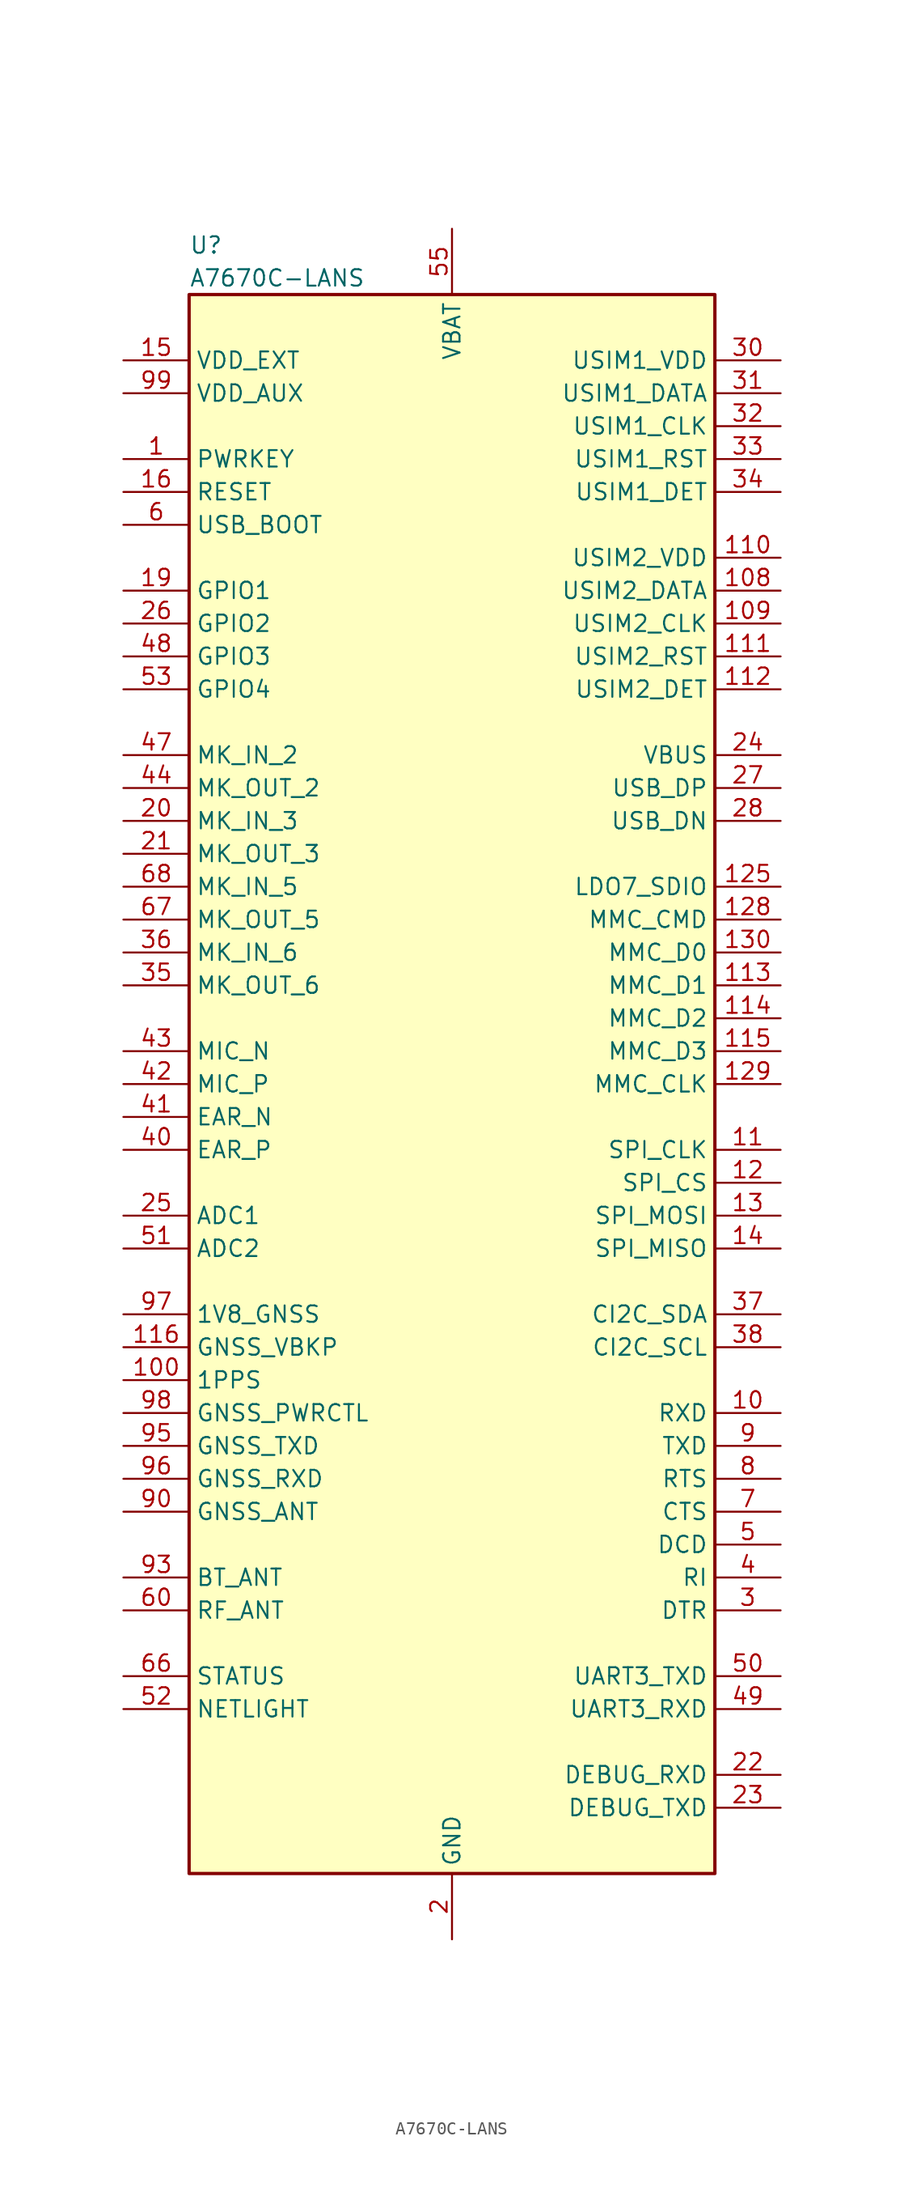
<source format=kicad_sym>
(kicad_symbol_lib
  (version 20220914)
  (generator kicad_symbol_editor)
  (symbol "A7670C-LANS"
    (property "Reference" "U"
      (at -20.32 64.77 0)
      (effects (font (size 1.27 1.27)) (justify left)))
    (property "Value" "A7670C-LANS"
      (at -20.32 62.23 0)
      (effects (font (size 1.27 1.27)) (justify left)))
    (symbol "A7670C-LANS_0_0"
      (pin input line (at -25.4 48.26 0) (length 5.08) (name "PWRKEY" (effects (font (size 1.27 1.27)))) (number "1" (effects (font (size 1.27 1.27)))))
      (pin input line (at 25.4 -25.4 180) (length 5.08) (name "RXD" (effects (font (size 1.27 1.27)))) (number "10" (effects (font (size 1.27 1.27)))))
      (pin bidirectional line (at 25.4 -5.08 180) (length 5.08) (name "SPI_CLK" (effects (font (size 1.27 1.27)))) (number "11" (effects (font (size 1.27 1.27)))))
      (pin bidirectional line (at 25.4 -7.62 180) (length 5.08) (name "SPI_CS" (effects (font (size 1.27 1.27)))) (number "12" (effects (font (size 1.27 1.27)))))
      (pin output line (at 25.4 -10.16 180) (length 5.08) (name "SPI_MOSI" (effects (font (size 1.27 1.27)))) (number "13" (effects (font (size 1.27 1.27)))))
      (pin input line (at 25.4 -12.7 180) (length 5.08) (name "SPI_MISO" (effects (font (size 1.27 1.27)))) (number "14" (effects (font (size 1.27 1.27)))))
      (pin power_out line (at -25.4 55.88 0) (length 5.08) (name "VDD_EXT" (effects (font (size 1.27 1.27)))) (number "15" (effects (font (size 1.27 1.27)))))
      (pin bidirectional line (at -25.4 38.1 0) (length 5.08) (name "GPIO1" (effects (font (size 1.27 1.27)))) (number "19" (effects (font (size 1.27 1.27)))))
      (pin input line (at -25.4 20.32 0) (length 5.08) (name "MK_IN_3" (effects (font (size 1.27 1.27)))) (number "20" (effects (font (size 1.27 1.27)))))
      (pin output line (at -25.4 17.78 0) (length 5.08) (name "MK_OUT_3" (effects (font (size 1.27 1.27)))) (number "21" (effects (font (size 1.27 1.27)))))
      (pin input line (at 25.4 -53.34 180) (length 5.08) (name "DEBUG_RXD" (effects (font (size 1.27 1.27)))) (number "22" (effects (font (size 1.27 1.27)))))
      (pin output line (at 25.4 -55.88 180) (length 5.08) (name "DEBUG_TXD" (effects (font (size 1.27 1.27)))) (number "23" (effects (font (size 1.27 1.27)))))
      (pin input line (at 25.4 25.4 180) (length 5.08) (name "VBUS" (effects (font (size 1.27 1.27)))) (number "24" (effects (font (size 1.27 1.27)))))
      (pin input line (at -25.4 -10.16 0) (length 5.08) (name "ADC1" (effects (font (size 1.27 1.27)))) (number "25" (effects (font (size 1.27 1.27)))))
      (pin bidirectional line (at -25.4 35.56 0) (length 5.08) (name "GPIO2" (effects (font (size 1.27 1.27)))) (number "26" (effects (font (size 1.27 1.27)))))
      (pin bidirectional line (at 25.4 22.86 180) (length 5.08) (name "USB_DP" (effects (font (size 1.27 1.27)))) (number "27" (effects (font (size 1.27 1.27)))))
      (pin input line (at 25.4 -40.64 180) (length 5.08) (name "DTR" (effects (font (size 1.27 1.27)))) (number "3" (effects (font (size 1.27 1.27)))))
      (pin input line (at 25.4 45.72 180) (length 5.08) (name "USIM1_DET" (effects (font (size 1.27 1.27)))) (number "34" (effects (font (size 1.27 1.27)))))
      (pin output line (at -25.4 7.62 0) (length 5.08) (name "MK_OUT_6" (effects (font (size 1.27 1.27)))) (number "35" (effects (font (size 1.27 1.27)))))
      (pin input line (at -25.4 10.16 0) (length 5.08) (name "MK_IN_6" (effects (font (size 1.27 1.27)))) (number "36" (effects (font (size 1.27 1.27)))))
      (pin bidirectional line (at 25.4 -17.78 180) (length 5.08) (name "CI2C_SDA" (effects (font (size 1.27 1.27)))) (number "37" (effects (font (size 1.27 1.27)))))
      (pin output line (at 25.4 -38.1 180) (length 5.08) (name "RI" (effects (font (size 1.27 1.27)))) (number "4" (effects (font (size 1.27 1.27)))))
      (pin bidirectional line (at -25.4 -5.08 0) (length 5.08) (name "EAR_P" (effects (font (size 1.27 1.27)))) (number "40" (effects (font (size 1.27 1.27)))))
      (pin bidirectional line (at -25.4 -2.54 0) (length 5.08) (name "EAR_N" (effects (font (size 1.27 1.27)))) (number "41" (effects (font (size 1.27 1.27)))))
      (pin bidirectional line (at -25.4 0 0) (length 5.08) (name "MIC_P" (effects (font (size 1.27 1.27)))) (number "42" (effects (font (size 1.27 1.27)))))
      (pin bidirectional line (at -25.4 2.54 0) (length 5.08) (name "MIC_N" (effects (font (size 1.27 1.27)))) (number "43" (effects (font (size 1.27 1.27)))))
      (pin input line (at -25.4 25.4 0) (length 5.08) (name "MK_IN_2" (effects (font (size 1.27 1.27)))) (number "47" (effects (font (size 1.27 1.27)))))
      (pin bidirectional line (at -25.4 33.02 0) (length 5.08) (name "GPIO3" (effects (font (size 1.27 1.27)))) (number "48" (effects (font (size 1.27 1.27)))))
      (pin input line (at 25.4 -48.26 180) (length 5.08) (name "UART3_RXD" (effects (font (size 1.27 1.27)))) (number "49" (effects (font (size 1.27 1.27)))))
      (pin output line (at 25.4 -35.56 180) (length 5.08) (name "DCD" (effects (font (size 1.27 1.27)))) (number "5" (effects (font (size 1.27 1.27)))))
      (pin output line (at 25.4 -45.72 180) (length 5.08) (name "UART3_TXD" (effects (font (size 1.27 1.27)))) (number "50" (effects (font (size 1.27 1.27)))))
      (pin input line (at -25.4 -12.7 0) (length 5.08) (name "ADC2" (effects (font (size 1.27 1.27)))) (number "51" (effects (font (size 1.27 1.27)))))
      (pin power_in line (at 0 66.04 270) (length 5.08) (name "VBAT" (effects (font (size 1.27 1.27)))) (number "55" (effects (font (size 1.27 1.27)))))
      (pin power_in line (at 0 66.04 270) (length 5.08) hide (name "VBAT" (effects (font (size 1.27 1.27)))) (number "56" (effects (font (size 1.27 1.27)))))
      (pin input line (at -25.4 43.18 0) (length 5.08) (name "USB_BOOT" (effects (font (size 1.27 1.27)))) (number "6" (effects (font (size 1.27 1.27)))))
      (pin output line (at -25.4 -45.72 0) (length 5.08) (name "STATUS" (effects (font (size 1.27 1.27)))) (number "66" (effects (font (size 1.27 1.27)))))
      (pin output line (at -25.4 12.7 0) (length 5.08) (name "MK_OUT_5" (effects (font (size 1.27 1.27)))) (number "67" (effects (font (size 1.27 1.27)))))
      (pin output line (at 25.4 -33.02 180) (length 5.08) (name "CTS" (effects (font (size 1.27 1.27)))) (number "7" (effects (font (size 1.27 1.27)))))
      (pin input line (at 25.4 -30.48 180) (length 5.08) (name "RTS" (effects (font (size 1.27 1.27)))) (number "8" (effects (font (size 1.27 1.27)))))
      (pin output line (at 25.4 -27.94 180) (length 5.08) (name "TXD" (effects (font (size 1.27 1.27)))) (number "9" (effects (font (size 1.27 1.27))))))
    (symbol "A7670C-LANS_1_0"
      (rectangle (start -20.32 60.96) (end 20.32 -60.96) (stroke (width 0.254) (type default)) (fill (type background)))
      (pin output line (at -25.4 -22.86 0) (length 5.08) (name "1PPS" (effects (font (size 1.27 1.27)))) (number "100" (effects (font (size 1.27 1.27)))))
      (pin no_connect line (at 0 10.16 180) (length 5.08) hide (name "NC" (effects (font (size 1.27 1.27)))) (number "101" (effects (font (size 1.27 1.27)))))
      (pin no_connect line (at 0 8.89 180) (length 5.08) hide (name "NC" (effects (font (size 1.27 1.27)))) (number "102" (effects (font (size 1.27 1.27)))))
      (pin no_connect line (at 0 7.62 180) (length 5.08) hide (name "NC" (effects (font (size 1.27 1.27)))) (number "103" (effects (font (size 1.27 1.27)))))
      (pin no_connect line (at 0 6.35 180) (length 5.08) hide (name "NC" (effects (font (size 1.27 1.27)))) (number "104" (effects (font (size 1.27 1.27)))))
      (pin no_connect line (at 0 5.08 180) (length 5.08) hide (name "NC" (effects (font (size 1.27 1.27)))) (number "105" (effects (font (size 1.27 1.27)))))
      (pin no_connect line (at 0 3.81 180) (length 5.08) hide (name "NC" (effects (font (size 1.27 1.27)))) (number "106" (effects (font (size 1.27 1.27)))))
      (pin no_connect line (at 0 2.54 180) (length 5.08) hide (name "NC" (effects (font (size 1.27 1.27)))) (number "107" (effects (font (size 1.27 1.27)))))
      (pin bidirectional line (at 25.4 38.1 180) (length 5.08) (name "USIM2_DATA" (effects (font (size 1.27 1.27)))) (number "108" (effects (font (size 1.27 1.27)))))
      (pin bidirectional line (at 25.4 35.56 180) (length 5.08) (name "USIM2_CLK" (effects (font (size 1.27 1.27)))) (number "109" (effects (font (size 1.27 1.27)))))
      (pin power_in line (at 25.4 40.64 180) (length 5.08) (name "USIM2_VDD" (effects (font (size 1.27 1.27)))) (number "110" (effects (font (size 1.27 1.27)))))
      (pin bidirectional line (at 25.4 33.02 180) (length 5.08) (name "USIM2_RST" (effects (font (size 1.27 1.27)))) (number "111" (effects (font (size 1.27 1.27)))))
      (pin input line (at 25.4 30.48 180) (length 5.08) (name "USIM2_DET" (effects (font (size 1.27 1.27)))) (number "112" (effects (font (size 1.27 1.27)))))
      (pin bidirectional line (at 25.4 7.62 180) (length 5.08) (name "MMC_D1" (effects (font (size 1.27 1.27)))) (number "113" (effects (font (size 1.27 1.27)))))
      (pin bidirectional line (at 25.4 5.08 180) (length 5.08) (name "MMC_D2" (effects (font (size 1.27 1.27)))) (number "114" (effects (font (size 1.27 1.27)))))
      (pin bidirectional line (at 25.4 2.54 180) (length 5.08) (name "MMC_D3" (effects (font (size 1.27 1.27)))) (number "115" (effects (font (size 1.27 1.27)))))
      (pin power_in line (at -25.4 -20.32 0) (length 5.08) (name "GNSS_VBKP" (effects (font (size 1.27 1.27)))) (number "116" (effects (font (size 1.27 1.27)))))
      (pin no_connect line (at 0 1.27 180) (length 5.08) hide (name "NC" (effects (font (size 1.27 1.27)))) (number "117" (effects (font (size 1.27 1.27)))))
      (pin no_connect line (at 0 0 180) (length 5.08) hide (name "NC" (effects (font (size 1.27 1.27)))) (number "118" (effects (font (size 1.27 1.27)))))
      (pin no_connect line (at 0 -1.27 180) (length 5.08) hide (name "NC" (effects (font (size 1.27 1.27)))) (number "119" (effects (font (size 1.27 1.27)))))
      (pin no_connect line (at 0 -2.54 180) (length 5.08) hide (name "NC" (effects (font (size 1.27 1.27)))) (number "120" (effects (font (size 1.27 1.27)))))
      (pin no_connect line (at 0 -3.81 180) (length 5.08) hide (name "NC" (effects (font (size 1.27 1.27)))) (number "121" (effects (font (size 1.27 1.27)))))
      (pin no_connect line (at 0 -5.08 180) (length 5.08) hide (name "NC" (effects (font (size 1.27 1.27)))) (number "122" (effects (font (size 1.27 1.27)))))
      (pin no_connect line (at 0 -6.35 180) (length 5.08) hide (name "NC" (effects (font (size 1.27 1.27)))) (number "123" (effects (font (size 1.27 1.27)))))
      (pin no_connect line (at 0 -7.62 180) (length 5.08) hide (name "NC" (effects (font (size 1.27 1.27)))) (number "124" (effects (font (size 1.27 1.27)))))
      (pin power_out line (at 25.4 15.24 180) (length 5.08) (name "LDO7_SDIO" (effects (font (size 1.27 1.27)))) (number "125" (effects (font (size 1.27 1.27)))))
      (pin no_connect line (at 0 -8.89 180) (length 5.08) hide (name "NC" (effects (font (size 1.27 1.27)))) (number "126" (effects (font (size 1.27 1.27)))))
      (pin no_connect line (at 0 -10.16 180) (length 5.08) hide (name "NC" (effects (font (size 1.27 1.27)))) (number "127" (effects (font (size 1.27 1.27)))))
      (pin bidirectional line (at 25.4 12.7 180) (length 5.08) (name "MMC_CMD" (effects (font (size 1.27 1.27)))) (number "128" (effects (font (size 1.27 1.27)))))
      (pin output line (at 25.4 0 180) (length 5.08) (name "MMC_CLK" (effects (font (size 1.27 1.27)))) (number "129" (effects (font (size 1.27 1.27)))))
      (pin bidirectional line (at 25.4 10.16 180) (length 5.08) (name "MMC_D0" (effects (font (size 1.27 1.27)))) (number "130" (effects (font (size 1.27 1.27)))))
      (pin input line (at -25.4 45.72 0) (length 5.08) (name "RESET" (effects (font (size 1.27 1.27)))) (number "16" (effects (font (size 1.27 1.27)))))
      (pin power_in line (at 0 -66.04 90) (length 5.08) hide (name "GND" (effects (font (size 1.27 1.27)))) (number "17" (effects (font (size 1.27 1.27)))))
      (pin power_in line (at 0 -66.04 90) (length 5.08) hide (name "GND" (effects (font (size 1.27 1.27)))) (number "18" (effects (font (size 1.27 1.27)))))
      (pin power_in line (at 0 -66.04 90) (length 5.08) (name "GND" (effects (font (size 1.27 1.27)))) (number "2" (effects (font (size 1.27 1.27)))))
      (pin bidirectional line (at 25.4 20.32 180) (length 5.08) (name "USB_DN" (effects (font (size 1.27 1.27)))) (number "28" (effects (font (size 1.27 1.27)))))
      (pin power_in line (at 0 -66.04 90) (length 5.08) hide (name "GND" (effects (font (size 1.27 1.27)))) (number "29" (effects (font (size 1.27 1.27)))))
      (pin power_out line (at 25.4 55.88 180) (length 5.08) (name "USIM1_VDD" (effects (font (size 1.27 1.27)))) (number "30" (effects (font (size 1.27 1.27)))))
      (pin bidirectional line (at 25.4 53.34 180) (length 5.08) (name "USIM1_DATA" (effects (font (size 1.27 1.27)))) (number "31" (effects (font (size 1.27 1.27)))))
      (pin bidirectional line (at 25.4 50.8 180) (length 5.08) (name "USIM1_CLK" (effects (font (size 1.27 1.27)))) (number "32" (effects (font (size 1.27 1.27)))))
      (pin bidirectional line (at 25.4 48.26 180) (length 5.08) (name "USIM1_RST" (effects (font (size 1.27 1.27)))) (number "33" (effects (font (size 1.27 1.27)))))
      (pin output line (at 25.4 -20.32 180) (length 5.08) (name "CI2C_SCL" (effects (font (size 1.27 1.27)))) (number "38" (effects (font (size 1.27 1.27)))))
      (pin power_in line (at 0 -66.04 90) (length 5.08) hide (name "GND" (effects (font (size 1.27 1.27)))) (number "39" (effects (font (size 1.27 1.27)))))
      (pin output line (at -25.4 22.86 0) (length 5.08) (name "MK_OUT_2" (effects (font (size 1.27 1.27)))) (number "44" (effects (font (size 1.27 1.27)))))
      (pin power_in line (at 0 -66.04 90) (length 5.08) hide (name "GND" (effects (font (size 1.27 1.27)))) (number "45" (effects (font (size 1.27 1.27)))))
      (pin power_in line (at 0 -66.04 90) (length 5.08) hide (name "GND" (effects (font (size 1.27 1.27)))) (number "46" (effects (font (size 1.27 1.27)))))
      (pin output line (at -25.4 -48.26 0) (length 5.08) (name "NETLIGHT" (effects (font (size 1.27 1.27)))) (number "52" (effects (font (size 1.27 1.27)))))
      (pin bidirectional line (at -25.4 30.48 0) (length 5.08) (name "GPIO4" (effects (font (size 1.27 1.27)))) (number "53" (effects (font (size 1.27 1.27)))))
      (pin power_in line (at 0 -66.04 90) (length 5.08) hide (name "GND" (effects (font (size 1.27 1.27)))) (number "54" (effects (font (size 1.27 1.27)))))
      (pin power_in line (at 0 66.04 270) (length 5.08) hide (name "VBAT" (effects (font (size 1.27 1.27)))) (number "57" (effects (font (size 1.27 1.27)))))
      (pin power_in line (at 0 -66.04 90) (length 5.08) hide (name "GND" (effects (font (size 1.27 1.27)))) (number "58" (effects (font (size 1.27 1.27)))))
      (pin power_in line (at 0 -66.04 90) (length 5.08) hide (name "GND" (effects (font (size 1.27 1.27)))) (number "59" (effects (font (size 1.27 1.27)))))
      (pin bidirectional line (at -25.4 -40.64 0) (length 5.08) (name "RF_ANT" (effects (font (size 1.27 1.27)))) (number "60" (effects (font (size 1.27 1.27)))))
      (pin power_in line (at 0 -66.04 90) (length 5.08) hide (name "GND" (effects (font (size 1.27 1.27)))) (number "61" (effects (font (size 1.27 1.27)))))
      (pin power_in line (at 0 -66.04 90) (length 5.08) hide (name "GND" (effects (font (size 1.27 1.27)))) (number "62" (effects (font (size 1.27 1.27)))))
      (pin power_in line (at 0 -66.04 90) (length 5.08) hide (name "GND" (effects (font (size 1.27 1.27)))) (number "63" (effects (font (size 1.27 1.27)))))
      (pin power_in line (at 0 -66.04 90) (length 5.08) hide (name "GND" (effects (font (size 1.27 1.27)))) (number "64" (effects (font (size 1.27 1.27)))))
      (pin power_in line (at 0 -66.04 90) (length 5.08) hide (name "GND" (effects (font (size 1.27 1.27)))) (number "65" (effects (font (size 1.27 1.27)))))
      (pin input line (at -25.4 15.24 0) (length 5.08) (name "MK_IN_5" (effects (font (size 1.27 1.27)))) (number "68" (effects (font (size 1.27 1.27)))))
      (pin power_in line (at 0 -66.04 90) (length 5.08) hide (name "GND" (effects (font (size 1.27 1.27)))) (number "69" (effects (font (size 1.27 1.27)))))
      (pin power_in line (at 0 -66.04 90) (length 5.08) hide (name "GND" (effects (font (size 1.27 1.27)))) (number "70" (effects (font (size 1.27 1.27)))))
      (pin power_in line (at 0 -66.04 90) (length 5.08) hide (name "GND" (effects (font (size 1.27 1.27)))) (number "71" (effects (font (size 1.27 1.27)))))
      (pin power_in line (at 0 -66.04 90) (length 5.08) hide (name "GND" (effects (font (size 1.27 1.27)))) (number "72" (effects (font (size 1.27 1.27)))))
      (pin power_in line (at 0 -66.04 90) (length 5.08) hide (name "GND" (effects (font (size 1.27 1.27)))) (number "73" (effects (font (size 1.27 1.27)))))
      (pin power_in line (at 0 -66.04 90) (length 5.08) hide (name "GND" (effects (font (size 1.27 1.27)))) (number "74" (effects (font (size 1.27 1.27)))))
      (pin power_in line (at 0 -66.04 90) (length 5.08) hide (name "GND" (effects (font (size 1.27 1.27)))) (number "75" (effects (font (size 1.27 1.27)))))
      (pin power_in line (at 0 -66.04 90) (length 5.08) hide (name "GND" (effects (font (size 1.27 1.27)))) (number "76" (effects (font (size 1.27 1.27)))))
      (pin power_in line (at 0 -66.04 90) (length 5.08) hide (name "GND" (effects (font (size 1.27 1.27)))) (number "77" (effects (font (size 1.27 1.27)))))
      (pin power_in line (at 0 -66.04 90) (length 5.08) hide (name "GND" (effects (font (size 1.27 1.27)))) (number "78" (effects (font (size 1.27 1.27)))))
      (pin power_in line (at 0 -66.04 90) (length 5.08) hide (name "GND" (effects (font (size 1.27 1.27)))) (number "79" (effects (font (size 1.27 1.27)))))
      (pin power_in line (at 0 -66.04 90) (length 5.08) hide (name "GND" (effects (font (size 1.27 1.27)))) (number "80" (effects (font (size 1.27 1.27)))))
      (pin power_in line (at 0 -66.04 90) (length 5.08) hide (name "GND" (effects (font (size 1.27 1.27)))) (number "81" (effects (font (size 1.27 1.27)))))
      (pin power_in line (at 0 -66.04 90) (length 5.08) hide (name "GND" (effects (font (size 1.27 1.27)))) (number "82" (effects (font (size 1.27 1.27)))))
      (pin power_in line (at 0 -66.04 90) (length 5.08) hide (name "GND" (effects (font (size 1.27 1.27)))) (number "83" (effects (font (size 1.27 1.27)))))
      (pin power_in line (at 0 -66.04 90) (length 5.08) hide (name "GND" (effects (font (size 1.27 1.27)))) (number "84" (effects (font (size 1.27 1.27)))))
      (pin power_in line (at 0 -66.04 90) (length 5.08) hide (name "GND" (effects (font (size 1.27 1.27)))) (number "85" (effects (font (size 1.27 1.27)))))
      (pin power_in line (at 0 -66.04 90) (length 5.08) hide (name "GND" (effects (font (size 1.27 1.27)))) (number "86" (effects (font (size 1.27 1.27)))))
      (pin power_in line (at 0 -66.04 90) (length 5.08) hide (name "GND" (effects (font (size 1.27 1.27)))) (number "87" (effects (font (size 1.27 1.27)))))
      (pin power_in line (at 0 -66.04 90) (length 5.08) hide (name "GND" (effects (font (size 1.27 1.27)))) (number "88" (effects (font (size 1.27 1.27)))))
      (pin power_in line (at 0 -66.04 90) (length 5.08) hide (name "GND" (effects (font (size 1.27 1.27)))) (number "89" (effects (font (size 1.27 1.27)))))
      (pin bidirectional line (at -25.4 -33.02 0) (length 5.08) (name "GNSS_ANT" (effects (font (size 1.27 1.27)))) (number "90" (effects (font (size 1.27 1.27)))))
      (pin power_in line (at 0 -66.04 90) (length 5.08) hide (name "GND" (effects (font (size 1.27 1.27)))) (number "91" (effects (font (size 1.27 1.27)))))
      (pin power_in line (at 0 -66.04 90) (length 5.08) hide (name "GND" (effects (font (size 1.27 1.27)))) (number "92" (effects (font (size 1.27 1.27)))))
      (pin bidirectional line (at -25.4 -38.1 0) (length 5.08) (name "BT_ANT" (effects (font (size 1.27 1.27)))) (number "93" (effects (font (size 1.27 1.27)))))
      (pin power_in line (at 0 -66.04 90) (length 5.08) hide (name "GND" (effects (font (size 1.27 1.27)))) (number "94" (effects (font (size 1.27 1.27)))))
      (pin output line (at -25.4 -27.94 0) (length 5.08) (name "GNSS_TXD" (effects (font (size 1.27 1.27)))) (number "95" (effects (font (size 1.27 1.27)))))
      (pin input line (at -25.4 -30.48 0) (length 5.08) (name "GNSS_RXD" (effects (font (size 1.27 1.27)))) (number "96" (effects (font (size 1.27 1.27)))))
      (pin power_in line (at -25.4 -17.78 0) (length 5.08) (name "1V8_GNSS" (effects (font (size 1.27 1.27)))) (number "97" (effects (font (size 1.27 1.27)))))
      (pin input line (at -25.4 -25.4 0) (length 5.08) (name "GNSS_PWRCTL" (effects (font (size 1.27 1.27)))) (number "98" (effects (font (size 1.27 1.27)))))
      (pin power_out line (at -25.4 53.34 0) (length 5.08) (name "VDD_AUX" (effects (font (size 1.27 1.27)))) (number "99" (effects (font (size 1.27 1.27))))))))
</source>
